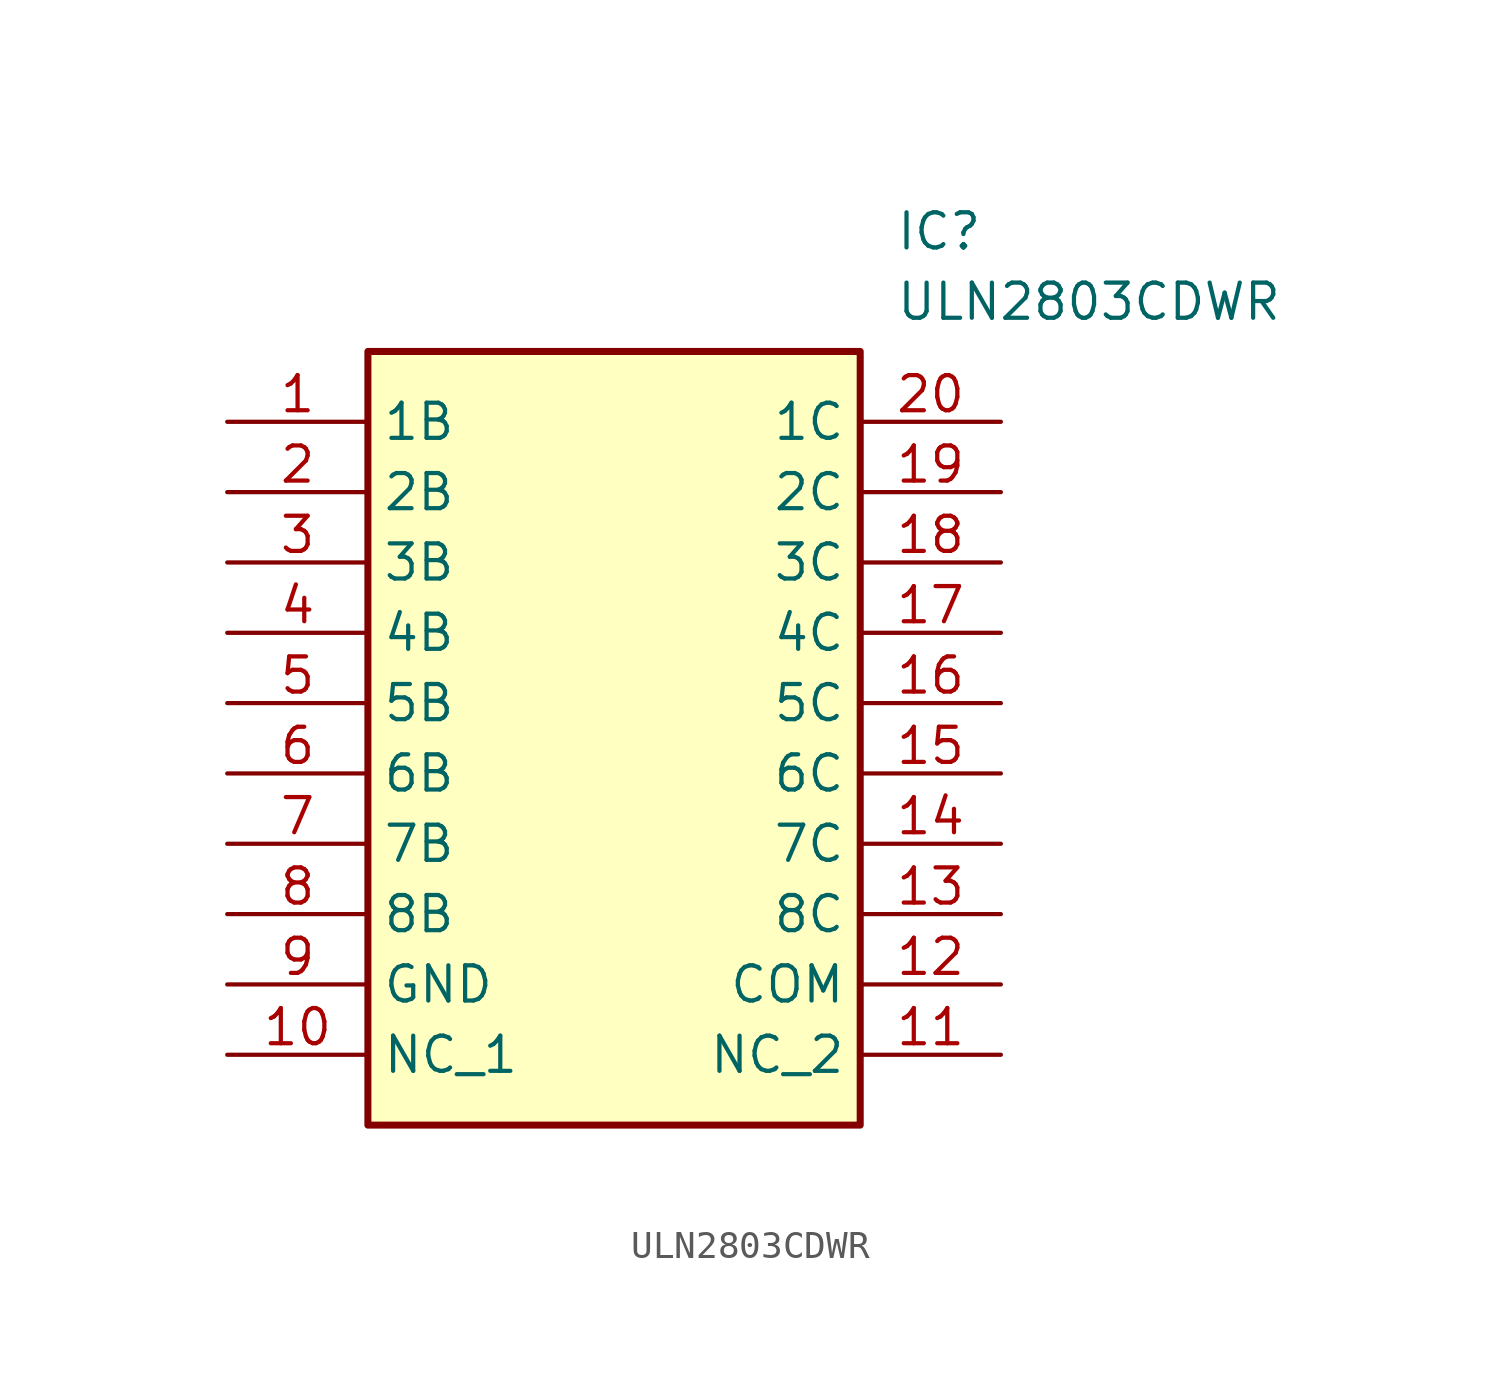
<source format=kicad_sym>
(kicad_symbol_lib
  (version 20211014)
  (generator SamacSys_ECAD_Model)
  (symbol "ULN2803CDWR"
    (property "Reference" "IC"
      (at 24.13 7.62 0)
      (effects (font (size 1.27 1.27)) (justify left top)))
    (property "Value" "ULN2803CDWR"
      (at 24.13 5.08 0)
      (effects (font (size 1.27 1.27)) (justify left top)))
    (rectangle
      (start 5.08 2.54)
      (end 22.86 -25.4)
      (stroke (width 0.254) (type default))
      (fill (type background)))
    (pin passive line
      (at 0 0 0)
      (length 5.08)
      (name "1B" (effects (font (size 1.27 1.27))))
      (number "1" (effects (font (size 1.27 1.27)))))
    (pin passive line
      (at 0 -2.54 0)
      (length 5.08)
      (name "2B" (effects (font (size 1.27 1.27))))
      (number "2" (effects (font (size 1.27 1.27)))))
    (pin passive line
      (at 0 -5.08 0)
      (length 5.08)
      (name "3B" (effects (font (size 1.27 1.27))))
      (number "3" (effects (font (size 1.27 1.27)))))
    (pin passive line
      (at 0 -7.62 0)
      (length 5.08)
      (name "4B" (effects (font (size 1.27 1.27))))
      (number "4" (effects (font (size 1.27 1.27)))))
    (pin passive line
      (at 0 -10.16 0)
      (length 5.08)
      (name "5B" (effects (font (size 1.27 1.27))))
      (number "5" (effects (font (size 1.27 1.27)))))
    (pin passive line
      (at 0 -12.7 0)
      (length 5.08)
      (name "6B" (effects (font (size 1.27 1.27))))
      (number "6" (effects (font (size 1.27 1.27)))))
    (pin passive line
      (at 0 -15.24 0)
      (length 5.08)
      (name "7B" (effects (font (size 1.27 1.27))))
      (number "7" (effects (font (size 1.27 1.27)))))
    (pin passive line
      (at 0 -17.78 0)
      (length 5.08)
      (name "8B" (effects (font (size 1.27 1.27))))
      (number "8" (effects (font (size 1.27 1.27)))))
    (pin passive line
      (at 0 -20.32 0)
      (length 5.08)
      (name "GND" (effects (font (size 1.27 1.27))))
      (number "9" (effects (font (size 1.27 1.27)))))
    (pin passive line
      (at 0 -22.86 0)
      (length 5.08)
      (name "NC_1" (effects (font (size 1.27 1.27))))
      (number "10" (effects (font (size 1.27 1.27)))))
    (pin passive line
      (at 27.94 0 180)
      (length 5.08)
      (name "1C" (effects (font (size 1.27 1.27))))
      (number "20" (effects (font (size 1.27 1.27)))))
    (pin passive line
      (at 27.94 -2.54 180)
      (length 5.08)
      (name "2C" (effects (font (size 1.27 1.27))))
      (number "19" (effects (font (size 1.27 1.27)))))
    (pin passive line
      (at 27.94 -5.08 180)
      (length 5.08)
      (name "3C" (effects (font (size 1.27 1.27))))
      (number "18" (effects (font (size 1.27 1.27)))))
    (pin passive line
      (at 27.94 -7.62 180)
      (length 5.08)
      (name "4C" (effects (font (size 1.27 1.27))))
      (number "17" (effects (font (size 1.27 1.27)))))
    (pin passive line
      (at 27.94 -10.16 180)
      (length 5.08)
      (name "5C" (effects (font (size 1.27 1.27))))
      (number "16" (effects (font (size 1.27 1.27)))))
    (pin passive line
      (at 27.94 -12.7 180)
      (length 5.08)
      (name "6C" (effects (font (size 1.27 1.27))))
      (number "15" (effects (font (size 1.27 1.27)))))
    (pin passive line
      (at 27.94 -15.24 180)
      (length 5.08)
      (name "7C" (effects (font (size 1.27 1.27))))
      (number "14" (effects (font (size 1.27 1.27)))))
    (pin passive line
      (at 27.94 -17.78 180)
      (length 5.08)
      (name "8C" (effects (font (size 1.27 1.27))))
      (number "13" (effects (font (size 1.27 1.27)))))
    (pin passive line
      (at 27.94 -20.32 180)
      (length 5.08)
      (name "COM" (effects (font (size 1.27 1.27))))
      (number "12" (effects (font (size 1.27 1.27)))))
    (pin passive line
      (at 27.94 -22.86 180)
      (length 5.08)
      (name "NC_2" (effects (font (size 1.27 1.27))))
      (number "11" (effects (font (size 1.27 1.27)))))))
</source>
